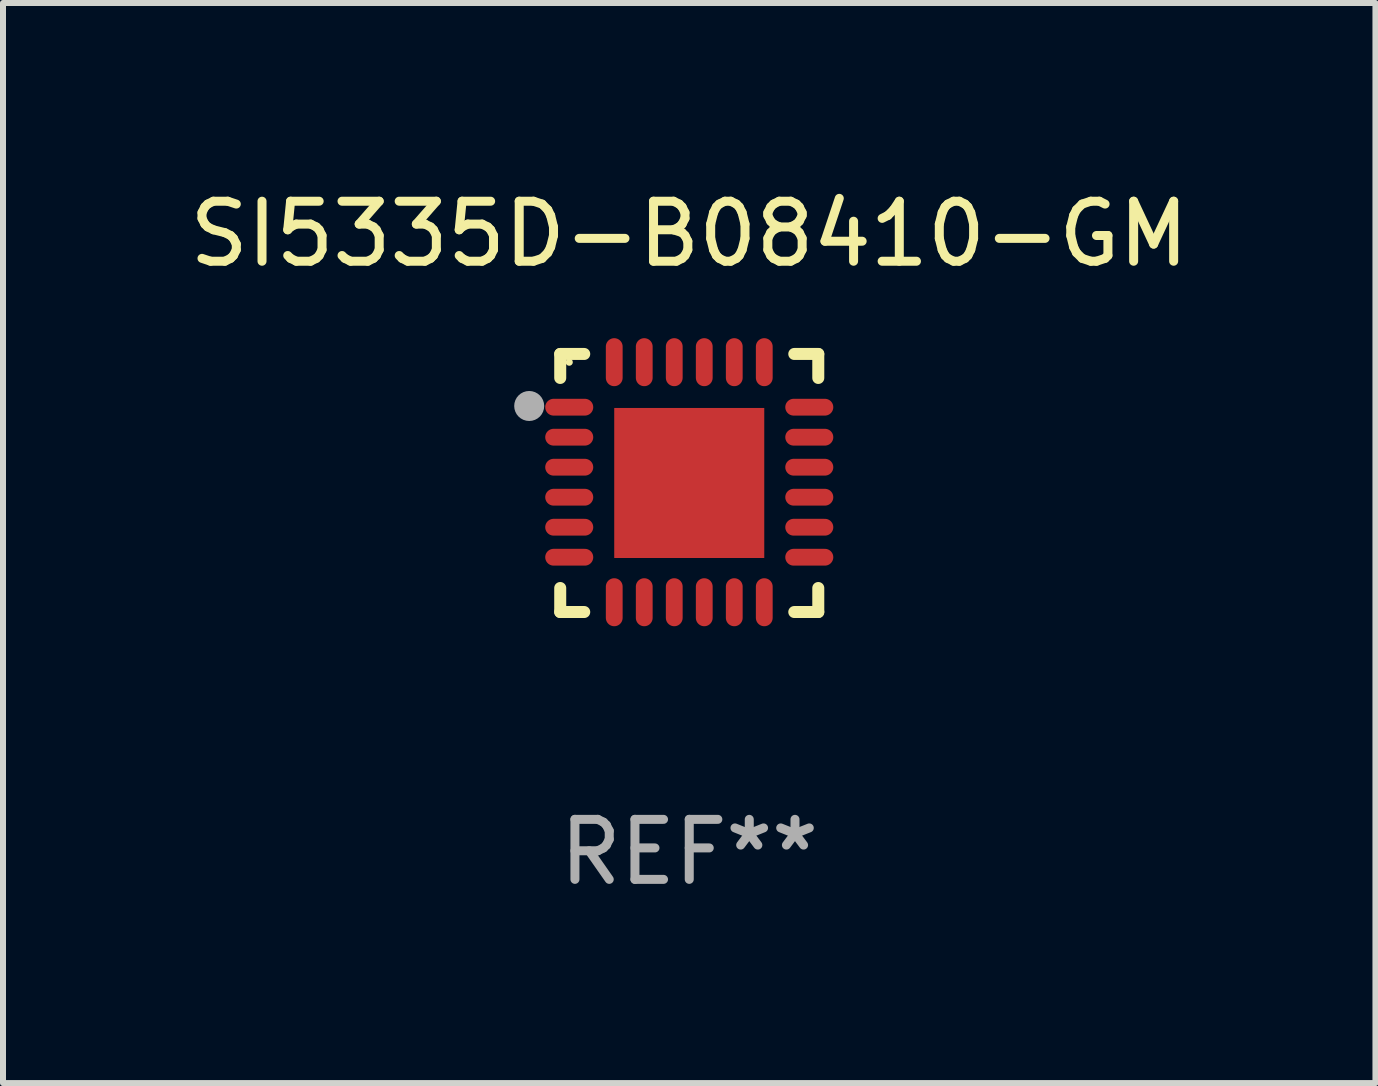
<source format=kicad_pcb>
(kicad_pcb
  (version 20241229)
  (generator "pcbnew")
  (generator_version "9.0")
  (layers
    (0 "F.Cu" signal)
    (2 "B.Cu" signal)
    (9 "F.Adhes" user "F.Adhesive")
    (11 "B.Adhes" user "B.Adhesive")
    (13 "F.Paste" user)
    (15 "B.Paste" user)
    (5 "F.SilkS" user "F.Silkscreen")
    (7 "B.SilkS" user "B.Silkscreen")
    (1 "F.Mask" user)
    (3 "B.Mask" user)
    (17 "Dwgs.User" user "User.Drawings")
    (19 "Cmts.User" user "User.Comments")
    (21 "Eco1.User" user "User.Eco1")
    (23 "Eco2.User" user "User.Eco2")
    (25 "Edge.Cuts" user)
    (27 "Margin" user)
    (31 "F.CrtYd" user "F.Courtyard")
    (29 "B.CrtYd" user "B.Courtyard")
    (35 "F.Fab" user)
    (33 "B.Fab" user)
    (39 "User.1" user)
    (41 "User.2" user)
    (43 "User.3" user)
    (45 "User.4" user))
  (footprint "SI5335D-B08410-GM"
    (layer "F.Cu")
    (at 8.435 4.998)
    (property "Reference" "SI5335D-B08410-GM" (at 0 -4.15 0) (layer "F.SilkS") (effects (font (size 1 1) (thickness 0.15))))
    (attr through_hole)
    (fp_line (start -2.15 -2.15) (end -1.75 -2.15) (stroke (width 0.2) (type solid)) (layer "F.SilkS"))
    (fp_line (start -2.15 -1.75) (end -2.15 -2.15) (stroke (width 0.2) (type solid)) (layer "F.SilkS"))
    (fp_line (start -2.15 2.15) (end -2.15 1.75) (stroke (width 0.2) (type solid)) (layer "F.SilkS"))
    (fp_line (start -1.75 2.15) (end -2.15 2.15) (stroke (width 0.2) (type solid)) (layer "F.SilkS"))
    (fp_line (start 1.75 -2.15) (end 2.15 -2.15) (stroke (width 0.2) (type solid)) (layer "F.SilkS"))
    (fp_line (start 1.75 2.15) (end 2.15 2.15) (stroke (width 0.2) (type solid)) (layer "F.SilkS"))
    (fp_line (start 2.15 -2.15) (end 2.15 -1.75) (stroke (width 0.2) (type solid)) (layer "F.SilkS"))
    (fp_line (start 2.15 2.15) (end 2.15 1.75) (stroke (width 0.2) (type solid)) (layer "F.SilkS"))
    (fp_circle (center -2 -2.013) (end -1.97 -2.013) (stroke (width 0.06) (type solid)) (fill no) (layer "F.SilkS"))
    (fp_circle (center -2.667 -1.283) (end -2.542 -1.283) (stroke (width 0.25) (type solid)) (fill no) (layer "F.Fab"))
    (fp_text user "REF**" (at 0 6.15 0) (layer "F.Fab") (effects (font (size 1 1) (thickness 0.15))))
    (pad "1" smd oval (at -2 -1.263) (size 0.8 0.28) (layers "F.Cu" "F.Mask" "F.Paste"))
    (pad "2" smd oval (at -2 -0.763) (size 0.8 0.28) (layers "F.Cu" "F.Mask" "F.Paste"))
    (pad "3" smd oval (at -2 -0.263) (size 0.8 0.28) (layers "F.Cu" "F.Mask" "F.Paste"))
    (pad "4" smd oval (at -2 0.237) (size 0.8 0.28) (layers "F.Cu" "F.Mask" "F.Paste"))
    (pad "5" smd oval (at -2 0.737) (size 0.8 0.28) (layers "F.Cu" "F.Mask" "F.Paste"))
    (pad "6" smd oval (at -2 1.237) (size 0.8 0.28) (layers "F.Cu" "F.Mask" "F.Paste"))
    (pad "7" smd oval (at -1.25 1.987) (size 0.28 0.8) (layers "F.Cu" "F.Mask" "F.Paste"))
    (pad "8" smd oval (at -0.75 1.987) (size 0.28 0.8) (layers "F.Cu" "F.Mask" "F.Paste"))
    (pad "9" smd oval (at -0.25 1.987) (size 0.28 0.8) (layers "F.Cu" "F.Mask" "F.Paste"))
    (pad "10" smd oval (at 0.25 1.987) (size 0.28 0.8) (layers "F.Cu" "F.Mask" "F.Paste"))
    (pad "11" smd oval (at 0.75 1.987) (size 0.28 0.8) (layers "F.Cu" "F.Mask" "F.Paste"))
    (pad "12" smd oval (at 1.25 1.987) (size 0.28 0.8) (layers "F.Cu" "F.Mask" "F.Paste"))
    (pad "13" smd oval (at 2 1.237) (size 0.8 0.28) (layers "F.Cu" "F.Mask" "F.Paste"))
    (pad "14" smd oval (at 2 0.737) (size 0.8 0.28) (layers "F.Cu" "F.Mask" "F.Paste"))
    (pad "15" smd oval (at 2 0.237) (size 0.8 0.28) (layers "F.Cu" "F.Mask" "F.Paste"))
    (pad "16" smd oval (at 2 -0.263) (size 0.8 0.28) (layers "F.Cu" "F.Mask" "F.Paste"))
    (pad "17" smd oval (at 2 -0.763) (size 0.8 0.28) (layers "F.Cu" "F.Mask" "F.Paste"))
    (pad "18" smd oval (at 2 -1.263) (size 0.8 0.28) (layers "F.Cu" "F.Mask" "F.Paste"))
    (pad "19" smd oval (at 1.25 -2.013) (size 0.28 0.8) (layers "F.Cu" "F.Mask" "F.Paste"))
    (pad "20" smd oval (at 0.75 -2.013) (size 0.28 0.8) (layers "F.Cu" "F.Mask" "F.Paste"))
    (pad "21" smd oval (at 0.25 -2.013) (size 0.28 0.8) (layers "F.Cu" "F.Mask" "F.Paste"))
    (pad "22" smd oval (at -0.25 -2.013) (size 0.28 0.8) (layers "F.Cu" "F.Mask" "F.Paste"))
    (pad "23" smd oval (at -0.75 -2.013) (size 0.28 0.8) (layers "F.Cu" "F.Mask" "F.Paste"))
    (pad "24" smd oval (at -1.25 -2.013) (size 0.28 0.8) (layers "F.Cu" "F.Mask" "F.Paste"))
    (pad "25" smd rect (at -0.000127 -0.00014) (size 2.5 2.5) (layers "F.Cu" "F.Mask" "F.Paste")))
  (gr_rect
    (start -3 -3)
    (end 19.869 14.997)
    (stroke (width 0.1) (type default))
    (fill no)
    (layer "Edge.Cuts")))
</source>
